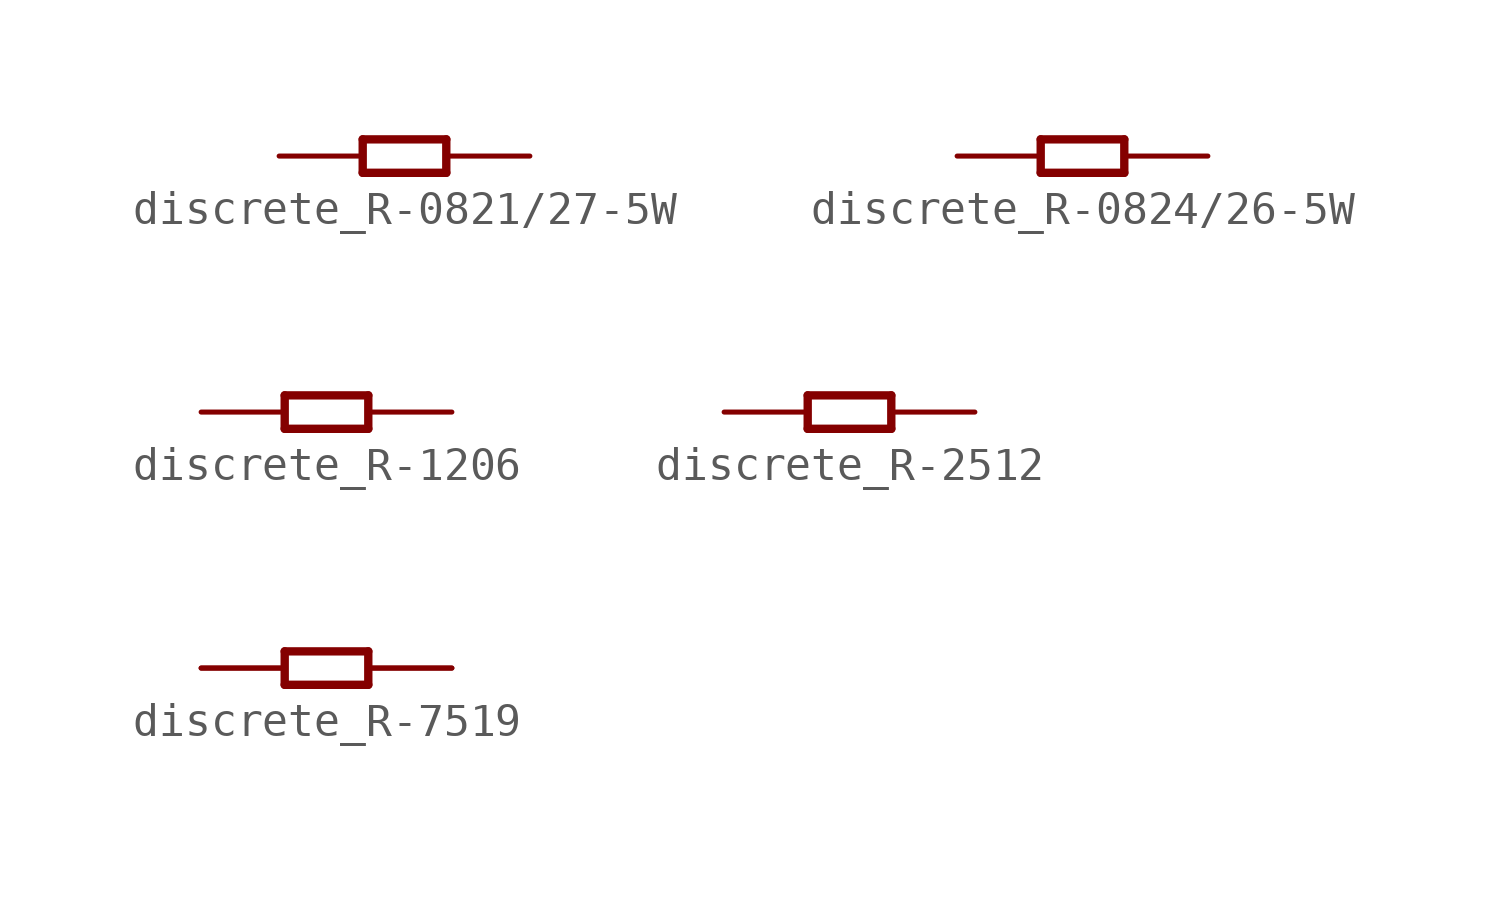
<source format=kicad_sym>
(kicad_symbol_lib
  (version 20231120)
  (generator "kicad_symbol_editor")
  (generator_version "8.0")
  (symbol "discrete_R-0821/27-5W"
    (property "Reference" "R"
      (at -3.81 0 0)
      (effects (font (size 1.27 1.079)) (justify left bottom) (hide yes)))
    (property "ki_locked" ""
      (at 0 0 0)
      (effects (font (size 1.27 1.27))))
    (symbol "discrete_R-0821/27-5W_1_0"
      (polyline (pts (xy -1.27 -0.508) (xy -1.27 0.508)) (stroke (width 0.254) (type solid)) (fill (type none)))
      (polyline (pts (xy -1.27 0.508) (xy 1.27 0.508)) (stroke (width 0.254) (type solid)) (fill (type none)))
      (polyline (pts (xy 1.27 -0.508) (xy -1.27 -0.508)) (stroke (width 0.254) (type solid)) (fill (type none)))
      (polyline (pts (xy 1.27 0.508) (xy 1.27 -0.508)) (stroke (width 0.254) (type solid)) (fill (type none)))
      (pin passive line (at -3.81 0 0) (length 2.54) (name "1" (effects (font (size 0 0)))) (number "P$1" (effects (font (size 0 0)))))
      (pin passive line (at 3.81 0 180) (length 2.54) (name "2" (effects (font (size 0 0)))) (number "P$2" (effects (font (size 0 0)))))))
  (symbol "discrete_R-0824/26-5W"
    (property "Reference" "R"
      (at -3.81 0 0)
      (effects (font (size 1.27 1.079)) (justify left bottom) (hide yes)))
    (property "ki_locked" ""
      (at 0 0 0)
      (effects (font (size 1.27 1.27))))
    (symbol "discrete_R-0824/26-5W_1_0"
      (polyline (pts (xy -1.27 -0.508) (xy -1.27 0.508)) (stroke (width 0.254) (type solid)) (fill (type none)))
      (polyline (pts (xy -1.27 0.508) (xy 1.27 0.508)) (stroke (width 0.254) (type solid)) (fill (type none)))
      (polyline (pts (xy 1.27 -0.508) (xy -1.27 -0.508)) (stroke (width 0.254) (type solid)) (fill (type none)))
      (polyline (pts (xy 1.27 0.508) (xy 1.27 -0.508)) (stroke (width 0.254) (type solid)) (fill (type none)))
      (pin passive line (at -3.81 0 0) (length 2.54) (name "1" (effects (font (size 0 0)))) (number "1" (effects (font (size 0 0)))))
      (pin passive line (at 3.81 0 180) (length 2.54) (name "2" (effects (font (size 0 0)))) (number "2" (effects (font (size 0 0)))))))
  (symbol "discrete_R-1206"
    (property "Reference" "R"
      (at -3.81 0 0)
      (effects (font (size 1.27 1.079)) (justify left bottom) (hide yes)))
    (property "ki_locked" ""
      (at 0 0 0)
      (effects (font (size 1.27 1.27))))
    (symbol "discrete_R-1206_1_0"
      (polyline (pts (xy -1.27 -0.508) (xy -1.27 0.508)) (stroke (width 0.254) (type solid)) (fill (type none)))
      (polyline (pts (xy -1.27 0.508) (xy 1.27 0.508)) (stroke (width 0.254) (type solid)) (fill (type none)))
      (polyline (pts (xy 1.27 -0.508) (xy -1.27 -0.508)) (stroke (width 0.254) (type solid)) (fill (type none)))
      (polyline (pts (xy 1.27 0.508) (xy 1.27 -0.508)) (stroke (width 0.254) (type solid)) (fill (type none)))
      (pin passive line (at -3.81 0 0) (length 2.54) (name "1" (effects (font (size 0 0)))) (number "1" (effects (font (size 0 0)))))
      (pin passive line (at 3.81 0 180) (length 2.54) (name "2" (effects (font (size 0 0)))) (number "2" (effects (font (size 0 0)))))))
  (symbol "discrete_R-2512"
    (property "Reference" "R"
      (at -3.81 0 0)
      (effects (font (size 1.27 1.079)) (justify left bottom) (hide yes)))
    (property "ki_locked" ""
      (at 0 0 0)
      (effects (font (size 1.27 1.27))))
    (symbol "discrete_R-2512_1_0"
      (polyline (pts (xy -1.27 -0.508) (xy -1.27 0.508)) (stroke (width 0.254) (type solid)) (fill (type none)))
      (polyline (pts (xy -1.27 0.508) (xy 1.27 0.508)) (stroke (width 0.254) (type solid)) (fill (type none)))
      (polyline (pts (xy 1.27 -0.508) (xy -1.27 -0.508)) (stroke (width 0.254) (type solid)) (fill (type none)))
      (polyline (pts (xy 1.27 0.508) (xy 1.27 -0.508)) (stroke (width 0.254) (type solid)) (fill (type none)))
      (pin passive line (at -3.81 0 0) (length 2.54) (name "1" (effects (font (size 0 0)))) (number "1" (effects (font (size 0 0)))))
      (pin passive line (at 3.81 0 180) (length 2.54) (name "2" (effects (font (size 0 0)))) (number "2" (effects (font (size 0 0)))))))
  (symbol "discrete_R-7519"
    (property "Reference" "R"
      (at -3.81 0 0)
      (effects (font (size 1.27 1.079)) (justify left bottom) (hide yes)))
    (property "ki_locked" ""
      (at 0 0 0)
      (effects (font (size 1.27 1.27))))
    (symbol "discrete_R-7519_1_0"
      (polyline (pts (xy -1.27 -0.508) (xy -1.27 0.508)) (stroke (width 0.254) (type solid)) (fill (type none)))
      (polyline (pts (xy -1.27 0.508) (xy 1.27 0.508)) (stroke (width 0.254) (type solid)) (fill (type none)))
      (polyline (pts (xy 1.27 -0.508) (xy -1.27 -0.508)) (stroke (width 0.254) (type solid)) (fill (type none)))
      (polyline (pts (xy 1.27 0.508) (xy 1.27 -0.508)) (stroke (width 0.254) (type solid)) (fill (type none)))
      (pin passive line (at -3.81 0 0) (length 2.54) (name "1" (effects (font (size 0 0)))) (number "1" (effects (font (size 0 0)))))
      (pin passive line (at -3.81 0 0) (length 2.54) (name "1" (effects (font (size 0 0)))) (number "2" (effects (font (size 0 0)))))
      (pin passive line (at 3.81 0 180) (length 2.54) (name "2" (effects (font (size 0 0)))) (number "3" (effects (font (size 0 0)))))
      (pin passive line (at 3.81 0 180) (length 2.54) (name "2" (effects (font (size 0 0)))) (number "4" (effects (font (size 0 0))))))))
</source>
